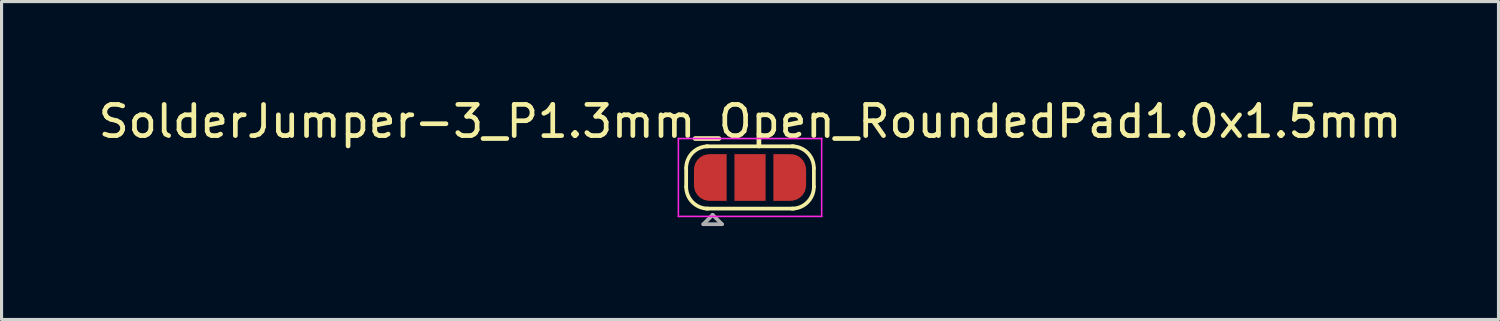
<source format=kicad_pcb>
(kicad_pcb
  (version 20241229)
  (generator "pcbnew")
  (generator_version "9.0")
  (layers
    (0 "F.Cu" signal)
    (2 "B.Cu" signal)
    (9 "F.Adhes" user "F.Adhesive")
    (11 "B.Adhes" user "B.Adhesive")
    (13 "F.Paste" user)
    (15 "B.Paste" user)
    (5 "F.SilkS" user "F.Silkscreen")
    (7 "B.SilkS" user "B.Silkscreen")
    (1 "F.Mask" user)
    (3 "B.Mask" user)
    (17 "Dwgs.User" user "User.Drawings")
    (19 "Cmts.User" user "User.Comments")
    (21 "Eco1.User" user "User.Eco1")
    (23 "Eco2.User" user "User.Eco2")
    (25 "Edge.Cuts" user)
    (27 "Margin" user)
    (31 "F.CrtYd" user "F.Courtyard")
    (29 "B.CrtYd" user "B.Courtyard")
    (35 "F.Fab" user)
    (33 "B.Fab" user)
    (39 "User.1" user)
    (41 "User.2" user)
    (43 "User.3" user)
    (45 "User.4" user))
  (footprint "SolderJumper-3_P1.3mm_Open_RoundedPad1.0x1.5mm"
    (layer "F.Cu")
    (at 21.03 2.648)
    (property "Reference" "SolderJumper-3_P1.3mm_Open_RoundedPad1.0x1.5mm" (at 0 -1.8 0) (layer "F.SilkS") (effects (font (size 1 1) (thickness 0.15))))
    (attr exclude_from_pos_files exclude_from_bom)
    (fp_poly (pts (xy 0.83 0.7) (xy -0.83 0.7) (xy -0.83 -0.7) (xy 0.83 -0.7)) (stroke (width 0.1) (type solid)) (fill yes) (layer "F.Mask"))
    (fp_line (start -2.05 0.3) (end -2.05 -0.3) (stroke (width 0.12) (type solid)) (layer "F.SilkS"))
    (fp_line (start -1.4 -1) (end 1.4 -1) (stroke (width 0.12) (type solid)) (layer "F.SilkS"))
    (fp_line (start 1.4 1) (end -1.4 1) (stroke (width 0.12) (type solid)) (layer "F.SilkS"))
    (fp_line (start 2.05 -0.3) (end 2.05 0.3) (stroke (width 0.12) (type solid)) (layer "F.SilkS"))
    (fp_arc (start -2.05 -0.3) (mid -1.844975 -0.794975) (end -1.35 -1) (stroke (width 0.12) (type solid)) (layer "F.SilkS"))
    (fp_arc (start -1.35 1) (mid -1.844975 0.794975) (end -2.05 0.3) (stroke (width 0.12) (type solid)) (layer "F.SilkS"))
    (fp_arc (start 1.35 -1) (mid 1.844975 -0.794975) (end 2.05 -0.3) (stroke (width 0.12) (type solid)) (layer "F.SilkS"))
    (fp_arc (start 2.05 0.3) (mid 1.844975 0.794975) (end 1.35 1) (stroke (width 0.12) (type solid)) (layer "F.SilkS"))
    (fp_line (start -2.3 -1.25) (end -2.3 1.25) (stroke (width 0.05) (type solid)) (layer "F.CrtYd"))
    (fp_line (start -2.3 -1.25) (end 2.3 -1.25) (stroke (width 0.05) (type solid)) (layer "F.CrtYd"))
    (fp_line (start 2.3 1.25) (end -2.3 1.25) (stroke (width 0.05) (type solid)) (layer "F.CrtYd"))
    (fp_line (start 2.3 1.25) (end 2.3 -1.25) (stroke (width 0.05) (type solid)) (layer "F.CrtYd"))
    (fp_line (start -1.5 1.5) (end -0.9 1.5) (stroke (width 0.12) (type solid)) (layer "F.Fab"))
    (fp_line (start -1.2 1.2) (end -1.5 1.5) (stroke (width 0.12) (type solid)) (layer "F.Fab"))
    (fp_line (start -1.2 1.2) (end -0.9 1.5) (stroke (width 0.12) (type solid)) (layer "F.Fab"))
    (pad "1" smd custom (at -1.3 0) (size 1 0.5) (layers "F.Cu" "F.Mask") (options (anchor rect)) (primitives (gr_circle (center 0 0.25) (end 0.5 0.25) (width 0) (fill yes)) (gr_circle (center 0 -0.25) (end 0.5 -0.25) (width 0) (fill yes)) (gr_poly (pts (xy 0.55 -0.75) (xy 0 -0.75) (xy 0 0.75) (xy 0.55 0.75)) (width 0) (fill yes))))
    (pad "2" smd rect (at 0 0) (size 1 1.5) (layers "F.Cu" "F.Mask"))
    (pad "3" smd custom (at 1.3 0) (size 1 0.5) (layers "F.Cu" "F.Mask") (options (anchor rect)) (primitives (gr_circle (center 0 0.25) (end 0.5 0.25) (width 0) (fill yes)) (gr_circle (center 0 -0.25) (end 0.5 -0.25) (width 0) (fill yes)) (gr_poly (pts (xy -0.55 -0.75) (xy 0 -0.75) (xy 0 0.75) (xy -0.55 0.75)) (width 0) (fill yes)))))
  (gr_rect
    (start -3 -3)
    (end 45.06 7.208)
    (stroke (width 0.1) (type default))
    (fill no)
    (layer "Edge.Cuts")))
</source>
